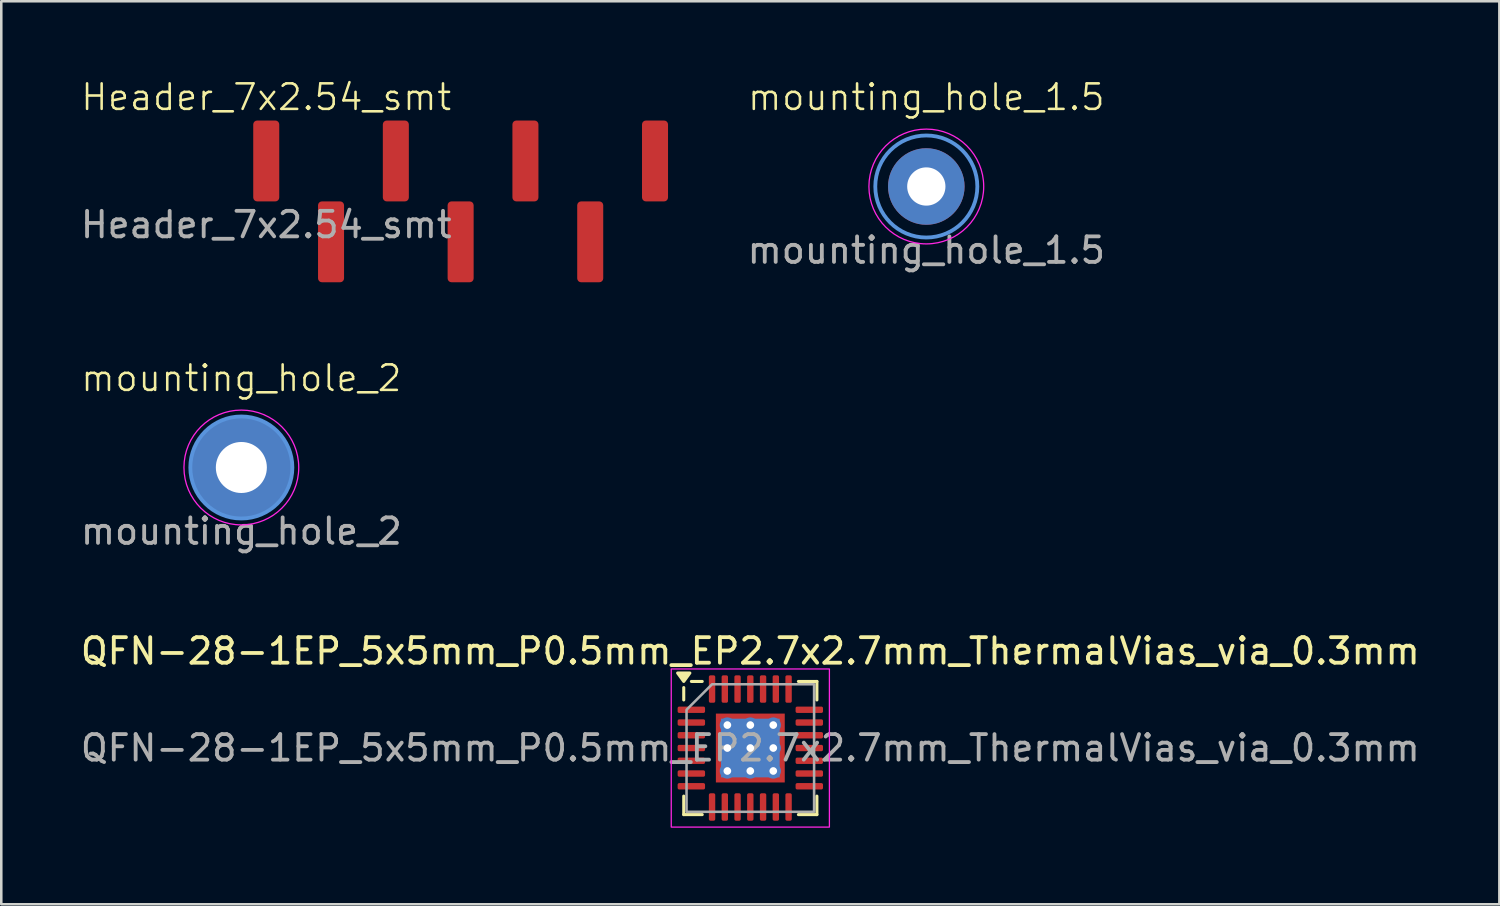
<source format=kicad_pcb>
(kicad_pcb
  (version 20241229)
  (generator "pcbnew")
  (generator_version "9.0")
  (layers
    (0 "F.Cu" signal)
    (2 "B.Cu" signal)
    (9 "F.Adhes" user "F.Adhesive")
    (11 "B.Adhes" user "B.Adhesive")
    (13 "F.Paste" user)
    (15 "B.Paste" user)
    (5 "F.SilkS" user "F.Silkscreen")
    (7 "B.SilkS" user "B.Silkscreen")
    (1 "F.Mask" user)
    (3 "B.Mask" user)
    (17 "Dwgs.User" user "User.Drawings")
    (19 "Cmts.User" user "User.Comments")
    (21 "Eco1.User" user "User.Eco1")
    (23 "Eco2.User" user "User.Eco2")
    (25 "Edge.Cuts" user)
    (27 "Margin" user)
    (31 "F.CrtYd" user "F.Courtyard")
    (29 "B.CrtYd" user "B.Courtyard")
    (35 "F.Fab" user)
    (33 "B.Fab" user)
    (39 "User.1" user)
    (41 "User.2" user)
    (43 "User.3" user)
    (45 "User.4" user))
  (footprint "mounting_hole_1.5"
    (layer "F.Cu")
    (at 33.262 4.261)
    (property "Reference" "mounting_hole_1.5" (at 0 -3.5 0) (unlocked yes) (layer "F.SilkS") (effects (font (size 1 1) (thickness 0.1))))
    (attr smd)
    (fp_circle (center 0 0) (end 2 0) (stroke (width 0.15) (type solid)) (fill no) (layer "Cmts.User"))
    (fp_circle (center 0 0) (end 2.25 0) (stroke (width 0.05) (type solid)) (fill no) (layer "F.CrtYd"))
    (fp_text user "${REFERENCE}" (at 0 2.5 0) (unlocked yes) (layer "F.Fab") (effects (font (size 1 1) (thickness 0.15))))
    (pad "" thru_hole circle (at 0 0) (size 3 3) (drill 1.5) (layers "*.Cu" "*.Mask")))
  (footprint "mounting_hole_2"
    (layer "F.Cu")
    (at 6.411 15.276)
    (property "Reference" "mounting_hole_2" (at 0 -3.5 0) (unlocked yes) (layer "F.SilkS") (effects (font (size 1 1) (thickness 0.1))))
    (attr smd)
    (fp_circle (center 0 0) (end 2 0) (stroke (width 0.15) (type solid)) (fill no) (layer "Cmts.User"))
    (fp_circle (center 0 0) (end 2.25 0) (stroke (width 0.05) (type solid)) (fill no) (layer "F.CrtYd"))
    (fp_text user "${REFERENCE}" (at 0 2.5 0) (unlocked yes) (layer "F.Fab") (effects (font (size 1 1) (thickness 0.15))))
    (pad "" thru_hole circle (at 0 0) (size 4 4) (drill 2) (layers "*.Cu" "*.Mask")))
  (footprint "Header_7x2.54_smt"
    (layer "F.Cu")
    (at 7.387 3.26)
    (property "Reference" "Header_7x2.54_smt" (at 0 -2.5 0) (unlocked yes) (layer "F.SilkS") (effects (font (size 1 1) (thickness 0.1))))
    (attr smd)
    (fp_text user "${REFERENCE}" (at 0 2.5 0) (unlocked yes) (layer "F.Fab") (effects (font (size 1 1) (thickness 0.15))))
    (pad "1" smd roundrect (at 0 0) (size 1.02 3.17) (layers "F.Cu" "F.Mask" "F.Paste") (roundrect_rratio 0.15))
    (pad "2" smd roundrect (at 2.54 3.17) (size 1.02 3.17) (layers "F.Cu" "F.Mask" "F.Paste") (roundrect_rratio 0.15))
    (pad "3" smd roundrect (at 5.08 0) (size 1.02 3.17) (layers "F.Cu" "F.Mask" "F.Paste") (roundrect_rratio 0.15))
    (pad "4" smd roundrect (at 7.62 3.17) (size 1.02 3.17) (layers "F.Cu" "F.Mask" "F.Paste") (roundrect_rratio 0.15))
    (pad "5" smd roundrect (at 10.16 0) (size 1.02 3.17) (layers "F.Cu" "F.Mask" "F.Paste") (roundrect_rratio 0.15))
    (pad "6" smd roundrect (at 12.7 3.17) (size 1.02 3.17) (layers "F.Cu" "F.Mask" "F.Paste") (roundrect_rratio 0.15))
    (pad "7" smd roundrect (at 15.24 0) (size 1.02 3.17) (layers "F.Cu" "F.Mask" "F.Paste") (roundrect_rratio 0.15)))
  (footprint "QFN-28-1EP_5x5mm_P0.5mm_EP2.7x2.7mm_ThermalVias_via_0.3mm"
    (layer "F.Cu")
    (at 26.363 26.273)
    (property "Reference" "QFN-28-1EP_5x5mm_P0.5mm_EP2.7x2.7mm_ThermalVias_via_0.3mm" (at 0 -3.8 0) (layer "F.SilkS") (effects (font (size 1 1) (thickness 0.15))))
    (attr smd)
    (fp_line (start -2.61 -1.885) (end -2.61 -2.37) (stroke (width 0.12) (type solid)) (layer "F.SilkS"))
    (fp_line (start -2.61 2.61) (end -2.61 1.885) (stroke (width 0.12) (type solid)) (layer "F.SilkS"))
    (fp_line (start -1.885 -2.61) (end -2.31 -2.61) (stroke (width 0.12) (type solid)) (layer "F.SilkS"))
    (fp_line (start -1.885 2.61) (end -2.61 2.61) (stroke (width 0.12) (type solid)) (layer "F.SilkS"))
    (fp_line (start 1.885 -2.61) (end 2.61 -2.61) (stroke (width 0.12) (type solid)) (layer "F.SilkS"))
    (fp_line (start 1.885 2.61) (end 2.61 2.61) (stroke (width 0.12) (type solid)) (layer "F.SilkS"))
    (fp_line (start 2.61 -2.61) (end 2.61 -1.885) (stroke (width 0.12) (type solid)) (layer "F.SilkS"))
    (fp_line (start 2.61 2.61) (end 2.61 1.885) (stroke (width 0.12) (type solid)) (layer "F.SilkS"))
    (fp_poly (pts (xy -2.61 -2.61) (xy -2.85 -2.94) (xy -2.37 -2.94)) (stroke (width 0.12) (type solid)) (fill yes) (layer "F.SilkS"))
    (fp_rect (start -3.1 -3.1) (end 3.1 3.1) (stroke (width 0.05) (type solid)) (fill no) (layer "F.CrtYd"))
    (fp_poly (pts (xy -2.5 -1.5) (xy -2.5 2.5) (xy 2.5 2.5) (xy 2.5 -2.5) (xy -1.5 -2.5)) (stroke (width 0.1) (type solid)) (fill no) (layer "F.Fab"))
    (fp_text user "${REFERENCE}" (at 0 0 0) (layer "F.Fab") (effects (font (size 1 1) (thickness 0.15))))
    (pad "" smd roundrect (at -0.675 -0.675) (size 1.09 1.09) (layers "F.Paste") (roundrect_rratio 0.229))
    (pad "" smd roundrect (at -0.675 0.675) (size 1.09 1.09) (layers "F.Paste") (roundrect_rratio 0.229))
    (pad "" smd roundrect (at 0.675 -0.675) (size 1.09 1.09) (layers "F.Paste") (roundrect_rratio 0.229))
    (pad "" smd roundrect (at 0.675 0.675) (size 1.09 1.09) (layers "F.Paste") (roundrect_rratio 0.229))
    (pad "1" smd roundrect (at -2.312 -1.5) (size 1.075 0.25) (layers "F.Cu" "F.Mask" "F.Paste") (roundrect_rratio 0.25))
    (pad "2" smd roundrect (at -2.312 -1) (size 1.075 0.25) (layers "F.Cu" "F.Mask" "F.Paste") (roundrect_rratio 0.25))
    (pad "3" smd roundrect (at -2.312 -0.5) (size 1.075 0.25) (layers "F.Cu" "F.Mask" "F.Paste") (roundrect_rratio 0.25))
    (pad "4" smd roundrect (at -2.312 0) (size 1.075 0.25) (layers "F.Cu" "F.Mask" "F.Paste") (roundrect_rratio 0.25))
    (pad "5" smd roundrect (at -2.312 0.5) (size 1.075 0.25) (layers "F.Cu" "F.Mask" "F.Paste") (roundrect_rratio 0.25))
    (pad "6" smd roundrect (at -2.312 1) (size 1.075 0.25) (layers "F.Cu" "F.Mask" "F.Paste") (roundrect_rratio 0.25))
    (pad "7" smd roundrect (at -2.312 1.5) (size 1.075 0.25) (layers "F.Cu" "F.Mask" "F.Paste") (roundrect_rratio 0.25))
    (pad "8" smd roundrect (at -1.5 2.312) (size 0.25 1.075) (layers "F.Cu" "F.Mask" "F.Paste") (roundrect_rratio 0.25))
    (pad "9" smd roundrect (at -1 2.312) (size 0.25 1.075) (layers "F.Cu" "F.Mask" "F.Paste") (roundrect_rratio 0.25))
    (pad "10" smd roundrect (at -0.5 2.312) (size 0.25 1.075) (layers "F.Cu" "F.Mask" "F.Paste") (roundrect_rratio 0.25))
    (pad "11" smd roundrect (at 0 2.312) (size 0.25 1.075) (layers "F.Cu" "F.Mask" "F.Paste") (roundrect_rratio 0.25))
    (pad "12" smd roundrect (at 0.5 2.312) (size 0.25 1.075) (layers "F.Cu" "F.Mask" "F.Paste") (roundrect_rratio 0.25))
    (pad "13" smd roundrect (at 1 2.312) (size 0.25 1.075) (layers "F.Cu" "F.Mask" "F.Paste") (roundrect_rratio 0.25))
    (pad "14" smd roundrect (at 1.5 2.312) (size 0.25 1.075) (layers "F.Cu" "F.Mask" "F.Paste") (roundrect_rratio 0.25))
    (pad "15" smd roundrect (at 2.312 1.5) (size 1.075 0.25) (layers "F.Cu" "F.Mask" "F.Paste") (roundrect_rratio 0.25))
    (pad "16" smd roundrect (at 2.312 1) (size 1.075 0.25) (layers "F.Cu" "F.Mask" "F.Paste") (roundrect_rratio 0.25))
    (pad "17" smd roundrect (at 2.312 0.5) (size 1.075 0.25) (layers "F.Cu" "F.Mask" "F.Paste") (roundrect_rratio 0.25))
    (pad "18" smd roundrect (at 2.312 0) (size 1.075 0.25) (layers "F.Cu" "F.Mask" "F.Paste") (roundrect_rratio 0.25))
    (pad "19" smd roundrect (at 2.312 -0.5) (size 1.075 0.25) (layers "F.Cu" "F.Mask" "F.Paste") (roundrect_rratio 0.25))
    (pad "20" smd roundrect (at 2.312 -1) (size 1.075 0.25) (layers "F.Cu" "F.Mask" "F.Paste") (roundrect_rratio 0.25))
    (pad "21" smd roundrect (at 2.312 -1.5) (size 1.075 0.25) (layers "F.Cu" "F.Mask" "F.Paste") (roundrect_rratio 0.25))
    (pad "22" smd roundrect (at 1.5 -2.312) (size 0.25 1.075) (layers "F.Cu" "F.Mask" "F.Paste") (roundrect_rratio 0.25))
    (pad "23" smd roundrect (at 1 -2.312) (size 0.25 1.075) (layers "F.Cu" "F.Mask" "F.Paste") (roundrect_rratio 0.25))
    (pad "24" smd roundrect (at 0.5 -2.312) (size 0.25 1.075) (layers "F.Cu" "F.Mask" "F.Paste") (roundrect_rratio 0.25))
    (pad "25" smd roundrect (at 0 -2.312) (size 0.25 1.075) (layers "F.Cu" "F.Mask" "F.Paste") (roundrect_rratio 0.25))
    (pad "26" smd roundrect (at -0.5 -2.312) (size 0.25 1.075) (layers "F.Cu" "F.Mask" "F.Paste") (roundrect_rratio 0.25))
    (pad "27" smd roundrect (at -1 -2.312) (size 0.25 1.075) (layers "F.Cu" "F.Mask" "F.Paste") (roundrect_rratio 0.25))
    (pad "28" smd roundrect (at -1.5 -2.312) (size 0.25 1.075) (layers "F.Cu" "F.Mask" "F.Paste") (roundrect_rratio 0.25))
    (pad "29" thru_hole circle (at -0.9 -0.9) (size 0.6 0.6) (drill 0.3) (property pad_prop_heatsink) (layers "*.Cu"))
    (pad "29" thru_hole circle (at -0.9 0) (size 0.6 0.6) (drill 0.3) (property pad_prop_heatsink) (layers "*.Cu"))
    (pad "29" thru_hole circle (at -0.9 0.9) (size 0.6 0.6) (drill 0.3) (property pad_prop_heatsink) (layers "*.Cu"))
    (pad "29" thru_hole circle (at 0 -0.9) (size 0.6 0.6) (drill 0.3) (property pad_prop_heatsink) (layers "*.Cu"))
    (pad "29" thru_hole circle (at 0 0) (size 0.6 0.6) (drill 0.3) (property pad_prop_heatsink) (layers "*.Cu"))
    (pad "29" smd rect (at 0 0) (size 2.3 2.3) (property pad_prop_heatsink) (layers "B.Cu"))
    (pad "29" smd rect (at 0 0) (size 2.7 2.7) (property pad_prop_heatsink) (layers "F.Cu" "F.Mask"))
    (pad "29" thru_hole circle (at 0 0.9) (size 0.6 0.6) (drill 0.3) (property pad_prop_heatsink) (layers "*.Cu"))
    (pad "29" thru_hole circle (at 0.9 -0.9) (size 0.6 0.6) (drill 0.3) (property pad_prop_heatsink) (layers "*.Cu"))
    (pad "29" thru_hole circle (at 0.9 0) (size 0.6 0.6) (drill 0.3) (property pad_prop_heatsink) (layers "*.Cu"))
    (pad "29" thru_hole circle (at 0.9 0.9) (size 0.6 0.6) (drill 0.3) (property pad_prop_heatsink) (layers "*.Cu")))
  (gr_rect
    (start -3 -3)
    (end 55.726 32.398)
    (stroke (width 0.1) (type default))
    (fill no)
    (layer "Edge.Cuts")))
</source>
